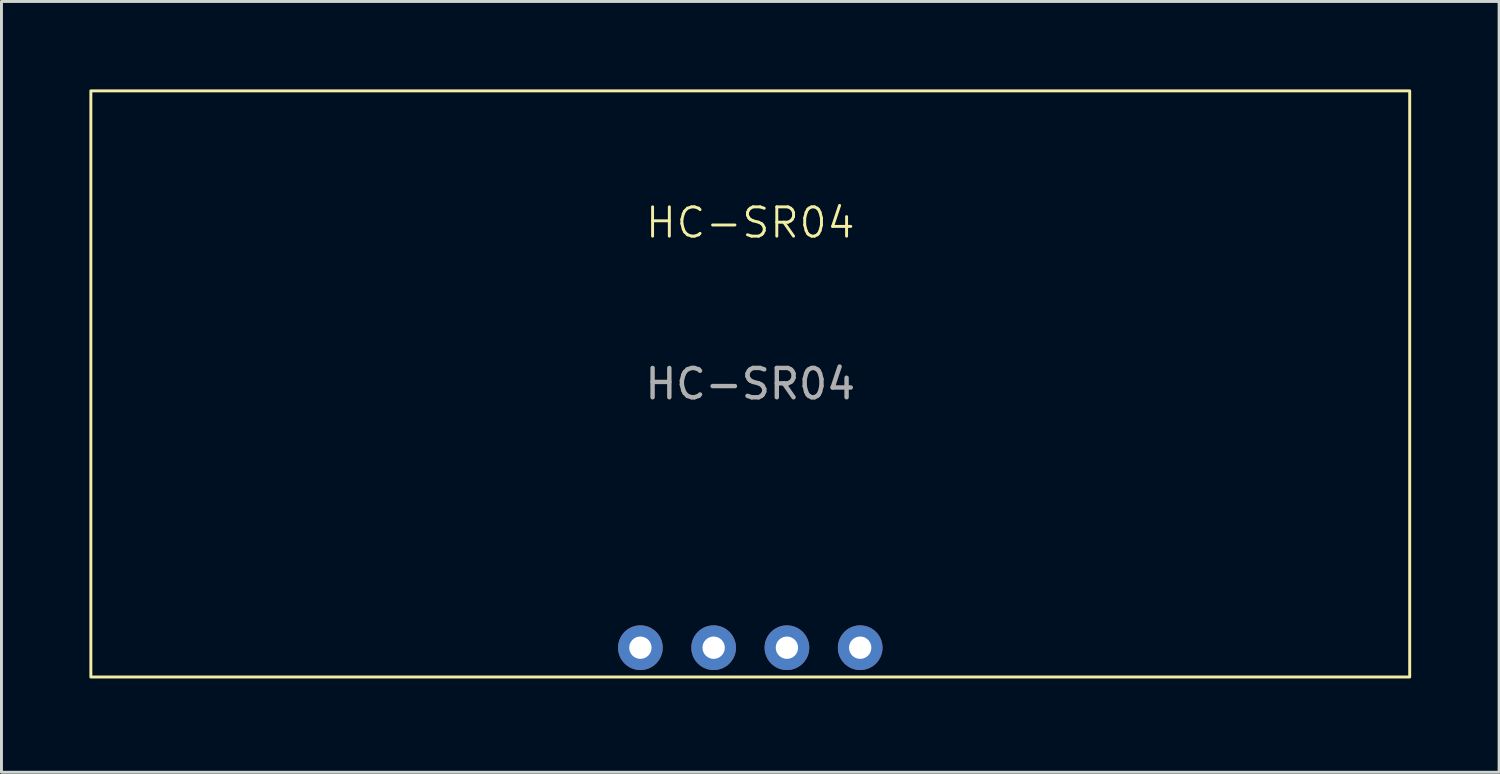
<source format=kicad_pcb>
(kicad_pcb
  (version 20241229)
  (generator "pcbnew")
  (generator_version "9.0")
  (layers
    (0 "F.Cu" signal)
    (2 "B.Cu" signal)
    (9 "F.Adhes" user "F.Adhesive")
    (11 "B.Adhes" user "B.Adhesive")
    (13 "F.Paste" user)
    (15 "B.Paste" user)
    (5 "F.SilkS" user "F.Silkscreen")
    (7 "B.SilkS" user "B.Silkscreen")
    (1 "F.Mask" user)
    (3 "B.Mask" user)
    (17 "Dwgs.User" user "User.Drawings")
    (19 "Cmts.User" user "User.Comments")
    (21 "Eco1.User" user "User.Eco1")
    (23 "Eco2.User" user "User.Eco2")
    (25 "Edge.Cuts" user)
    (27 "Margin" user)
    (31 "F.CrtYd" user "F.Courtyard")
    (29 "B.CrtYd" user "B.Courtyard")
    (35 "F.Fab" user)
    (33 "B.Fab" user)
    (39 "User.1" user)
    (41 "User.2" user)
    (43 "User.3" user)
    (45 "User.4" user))
  (footprint "HC-SR04"
    (layer "F.Cu")
    (at 22.55 20.05)
    (property "Reference" "HC-SR04" (at 0 -15.5 0) (unlocked yes) (layer "F.SilkS") (effects (font (size 1 1) (thickness 0.1))))
    (attr through_hole)
    (fp_rect (start -22.5 -20) (end 22.5 0) (stroke (width 0.1) (type default)) (fill no) (layer "F.SilkS"))
    (fp_text user "${REFERENCE}" (at 0 -10 0) (unlocked yes) (layer "F.Fab") (effects (font (size 1 1) (thickness 0.15))))
    (pad "1" thru_hole circle (at -3.75 -1) (size 1.524 1.524) (drill 0.762) (layers "*.Cu" "*.Mask"))
    (pad "2" thru_hole circle (at -1.25 -1) (size 1.524 1.524) (drill 0.762) (layers "*.Cu" "*.Mask"))
    (pad "3" thru_hole circle (at 1.25 -1) (size 1.524 1.524) (drill 0.762) (layers "*.Cu" "*.Mask"))
    (pad "4" thru_hole circle (at 3.75 -1) (size 1.524 1.524) (drill 0.762) (layers "*.Cu" "*.Mask")))
  (gr_rect
    (start -3 -3)
    (end 48.1 23.3)
    (stroke (width 0.1) (type default))
    (fill no)
    (layer "Edge.Cuts")))
</source>
